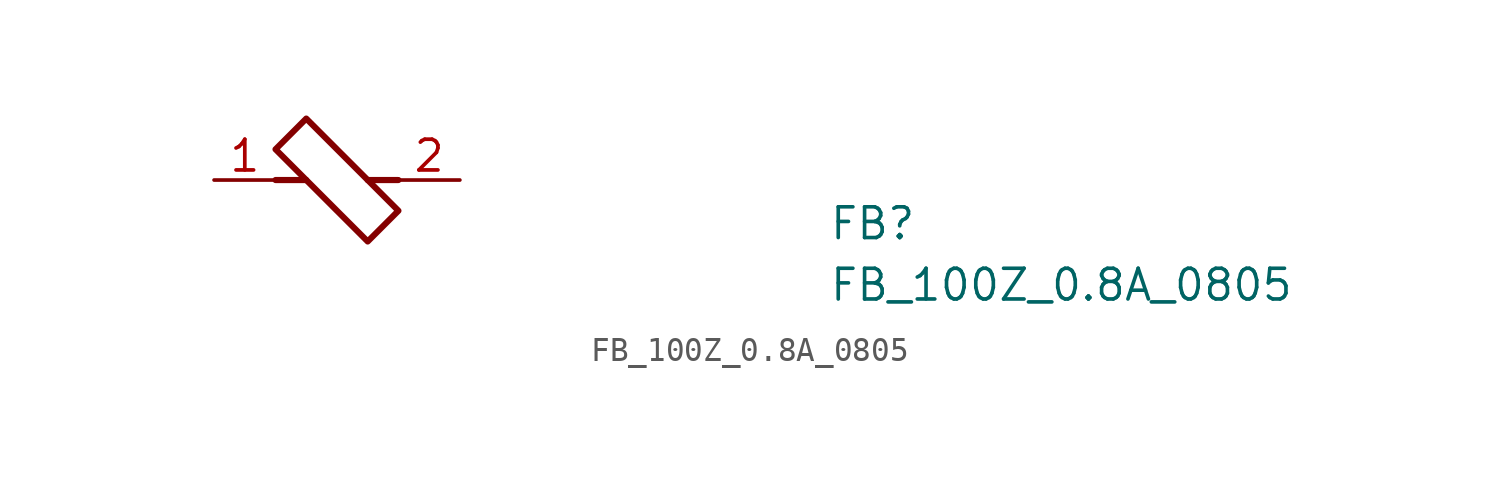
<source format=kicad_sym>
(kicad_symbol_lib
  (version 20211014)
  (generator kicad_symbol_editor)
  (symbol "FB_100Z_0.8A_0805"
    (pin_names hide)
    (property "Reference" "FB"
      (at 25.4 -2.54 0)
      (effects (font (size 1.27 1.27) (thickness 0.15)) (justify left bottom)))
    (property "Value" "FB_100Z_0.8A_0805"
      (at 25.4 -5.08 0)
      (effects (font (size 1.27 1.27) (thickness 0.15)) (justify left bottom)))
    (symbol "FB_100Z_0.8A_0805_1_1"
      (polyline (pts (xy 3.81 0) (xy 2.54 0)) (stroke (width 0.254) (type default) (color 0 0 0 0)) (fill (type none)))
      (polyline (pts (xy 6.35 0) (xy 7.62 0)) (stroke (width 0.254) (type default) (color 0 0 0 0)) (fill (type none)))
      (polyline (pts (xy 3.81 2.54) (xy 2.54 1.27) (xy 6.35 -2.54) (xy 7.62 -1.27) (xy 3.81 2.54)) (stroke (width 0.254) (type default) (color 0 0 0 0)) (fill (type none)))
      (pin passive line (at 0 0 0) (length 2.54) (name "1" (effects (font (size 1.27 1.27)))) (number "1" (effects (font (size 1.27 1.27)))))
      (pin passive line (at 10.16 0 180) (length 2.54) (name "2" (effects (font (size 1.27 1.27)))) (number "2" (effects (font (size 1.27 1.27))))))))
</source>
